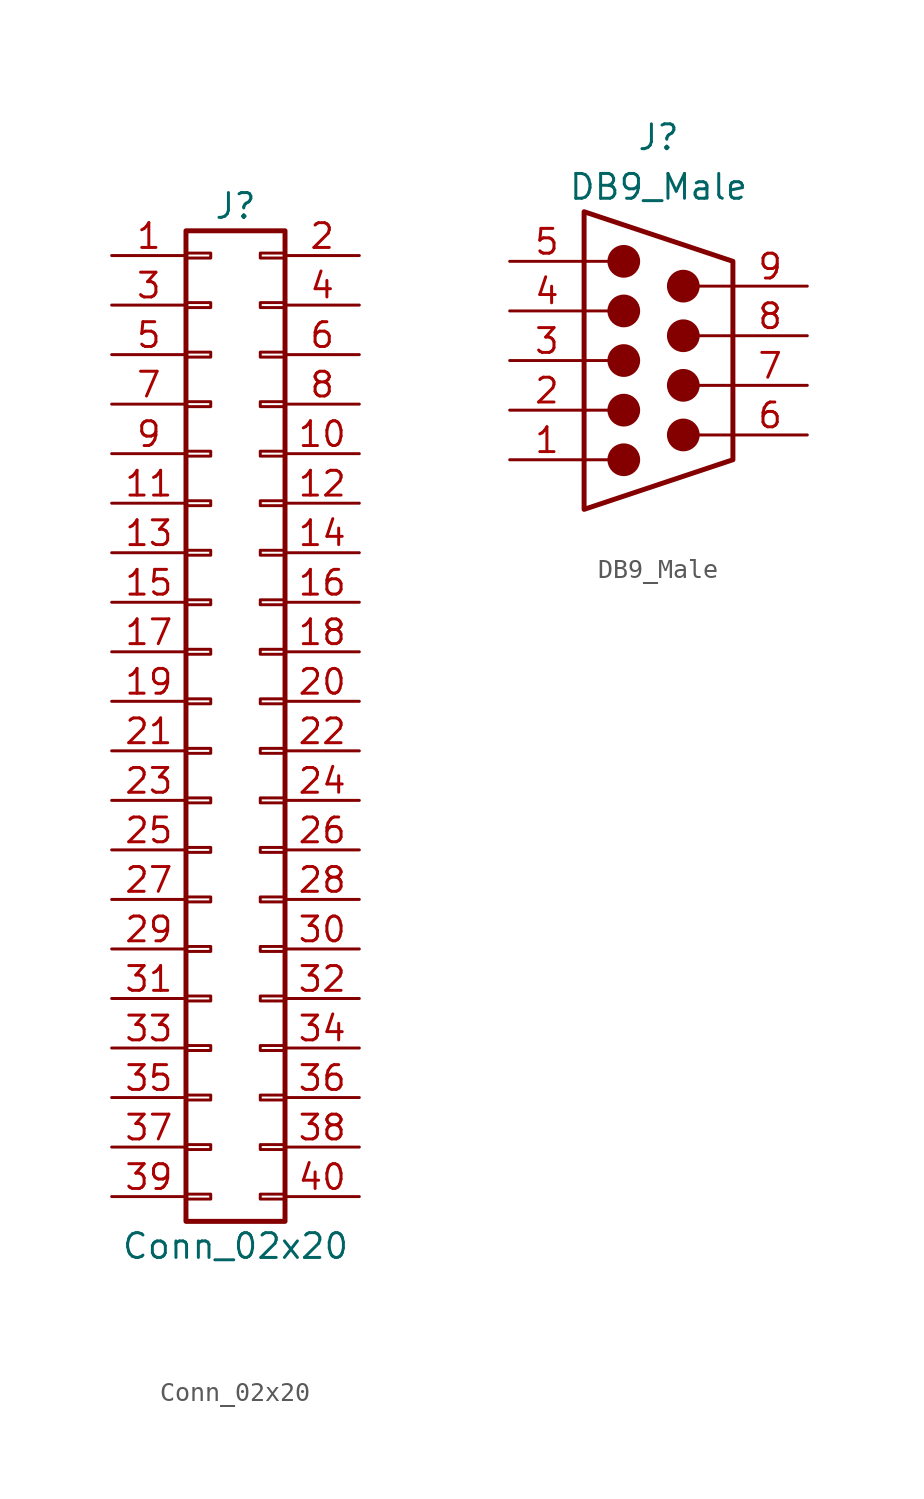
<source format=kicad_sym>
(kicad_symbol_lib
  (version 20220914)
  (generator kicad_symbol_editor)
  (symbol "Conn_02x20"
    (pin_names
      (offset 1.016) hide)
    (property "Reference" "J"
      (at 0 25.4 0)
      (effects (font (size 1.27 1.27))))
    (property "Value" "Conn_02x20"
      (at 0 -27.94 0)
      (effects (font (size 1.27 1.27))))
    (symbol "Conn_02x20_1_1"
      (rectangle (start -2.54 -25.273) (end -1.27 -25.527) (stroke (width 0.152) (type default)) (fill (type none)))
      (rectangle (start -2.54 -22.733) (end -1.27 -22.987) (stroke (width 0.152) (type default)) (fill (type none)))
      (rectangle (start -2.54 -20.193) (end -1.27 -20.447) (stroke (width 0.152) (type default)) (fill (type none)))
      (rectangle (start -2.54 -17.653) (end -1.27 -17.907) (stroke (width 0.152) (type default)) (fill (type none)))
      (rectangle (start -2.54 -15.113) (end -1.27 -15.367) (stroke (width 0.152) (type default)) (fill (type none)))
      (rectangle (start -2.54 -12.573) (end -1.27 -12.827) (stroke (width 0.152) (type default)) (fill (type none)))
      (rectangle (start -2.54 -10.033) (end -1.27 -10.287) (stroke (width 0.152) (type default)) (fill (type none)))
      (rectangle (start -2.54 -7.493) (end -1.27 -7.747) (stroke (width 0.152) (type default)) (fill (type none)))
      (rectangle (start -2.54 -4.953) (end -1.27 -5.207) (stroke (width 0.152) (type default)) (fill (type none)))
      (rectangle (start -2.54 -2.413) (end -1.27 -2.667) (stroke (width 0.152) (type default)) (fill (type none)))
      (rectangle (start -2.54 0.127) (end -1.27 -0.127) (stroke (width 0.152) (type default)) (fill (type none)))
      (rectangle (start -2.54 2.667) (end -1.27 2.413) (stroke (width 0.152) (type default)) (fill (type none)))
      (rectangle (start -2.54 5.207) (end -1.27 4.953) (stroke (width 0.152) (type default)) (fill (type none)))
      (rectangle (start -2.54 7.747) (end -1.27 7.493) (stroke (width 0.152) (type default)) (fill (type none)))
      (rectangle (start -2.54 10.287) (end -1.27 10.033) (stroke (width 0.152) (type default)) (fill (type none)))
      (rectangle (start -2.54 12.827) (end -1.27 12.573) (stroke (width 0.152) (type default)) (fill (type none)))
      (rectangle (start -2.54 15.367) (end -1.27 15.113) (stroke (width 0.152) (type default)) (fill (type none)))
      (rectangle (start -2.54 17.907) (end -1.27 17.653) (stroke (width 0.152) (type default)) (fill (type none)))
      (rectangle (start -2.54 20.447) (end -1.27 20.193) (stroke (width 0.152) (type default)) (fill (type none)))
      (rectangle (start -2.54 22.987) (end -1.27 22.733) (stroke (width 0.152) (type default)) (fill (type none)))
      (rectangle (start -2.54 24.13) (end 2.54 -26.67) (stroke (width 0.254) (type default)) (fill (type none)))
      (rectangle (start 2.54 -25.273) (end 1.27 -25.527) (stroke (width 0.152) (type default)) (fill (type none)))
      (rectangle (start 2.54 -22.733) (end 1.27 -22.987) (stroke (width 0.152) (type default)) (fill (type none)))
      (rectangle (start 2.54 -20.193) (end 1.27 -20.447) (stroke (width 0.152) (type default)) (fill (type none)))
      (rectangle (start 2.54 -17.653) (end 1.27 -17.907) (stroke (width 0.152) (type default)) (fill (type none)))
      (rectangle (start 2.54 -15.113) (end 1.27 -15.367) (stroke (width 0.152) (type default)) (fill (type none)))
      (rectangle (start 2.54 -12.573) (end 1.27 -12.827) (stroke (width 0.152) (type default)) (fill (type none)))
      (rectangle (start 2.54 -10.033) (end 1.27 -10.287) (stroke (width 0.152) (type default)) (fill (type none)))
      (rectangle (start 2.54 -7.493) (end 1.27 -7.747) (stroke (width 0.152) (type default)) (fill (type none)))
      (rectangle (start 2.54 -4.953) (end 1.27 -5.207) (stroke (width 0.152) (type default)) (fill (type none)))
      (rectangle (start 2.54 -2.413) (end 1.27 -2.667) (stroke (width 0.152) (type default)) (fill (type none)))
      (rectangle (start 2.54 0.127) (end 1.27 -0.127) (stroke (width 0.152) (type default)) (fill (type none)))
      (rectangle (start 2.54 2.667) (end 1.27 2.413) (stroke (width 0.152) (type default)) (fill (type none)))
      (rectangle (start 2.54 5.207) (end 1.27 4.953) (stroke (width 0.152) (type default)) (fill (type none)))
      (rectangle (start 2.54 7.747) (end 1.27 7.493) (stroke (width 0.152) (type default)) (fill (type none)))
      (rectangle (start 2.54 10.287) (end 1.27 10.033) (stroke (width 0.152) (type default)) (fill (type none)))
      (rectangle (start 2.54 12.827) (end 1.27 12.573) (stroke (width 0.152) (type default)) (fill (type none)))
      (rectangle (start 2.54 15.367) (end 1.27 15.113) (stroke (width 0.152) (type default)) (fill (type none)))
      (rectangle (start 2.54 17.907) (end 1.27 17.653) (stroke (width 0.152) (type default)) (fill (type none)))
      (rectangle (start 2.54 20.447) (end 1.27 20.193) (stroke (width 0.152) (type default)) (fill (type none)))
      (rectangle (start 2.54 22.987) (end 1.27 22.733) (stroke (width 0.152) (type default)) (fill (type none)))
      (pin passive line (at -6.35 22.86 0) (length 3.81) (name "Pin_1" (effects (font (size 1.27 1.27)))) (number "1" (effects (font (size 1.27 1.27)))))
      (pin passive line (at 6.35 12.7 180) (length 3.81) (name "Pin_10" (effects (font (size 1.27 1.27)))) (number "10" (effects (font (size 1.27 1.27)))))
      (pin passive line (at -6.35 10.16 0) (length 3.81) (name "Pin_11" (effects (font (size 1.27 1.27)))) (number "11" (effects (font (size 1.27 1.27)))))
      (pin passive line (at 6.35 10.16 180) (length 3.81) (name "Pin_12" (effects (font (size 1.27 1.27)))) (number "12" (effects (font (size 1.27 1.27)))))
      (pin passive line (at -6.35 7.62 0) (length 3.81) (name "Pin_13" (effects (font (size 1.27 1.27)))) (number "13" (effects (font (size 1.27 1.27)))))
      (pin passive line (at 6.35 7.62 180) (length 3.81) (name "Pin_14" (effects (font (size 1.27 1.27)))) (number "14" (effects (font (size 1.27 1.27)))))
      (pin passive line (at -6.35 5.08 0) (length 3.81) (name "Pin_15" (effects (font (size 1.27 1.27)))) (number "15" (effects (font (size 1.27 1.27)))))
      (pin passive line (at 6.35 5.08 180) (length 3.81) (name "Pin_16" (effects (font (size 1.27 1.27)))) (number "16" (effects (font (size 1.27 1.27)))))
      (pin passive line (at -6.35 2.54 0) (length 3.81) (name "Pin_17" (effects (font (size 1.27 1.27)))) (number "17" (effects (font (size 1.27 1.27)))))
      (pin passive line (at 6.35 2.54 180) (length 3.81) (name "Pin_18" (effects (font (size 1.27 1.27)))) (number "18" (effects (font (size 1.27 1.27)))))
      (pin passive line (at -6.35 0 0) (length 3.81) (name "Pin_19" (effects (font (size 1.27 1.27)))) (number "19" (effects (font (size 1.27 1.27)))))
      (pin passive line (at 6.35 22.86 180) (length 3.81) (name "Pin_2" (effects (font (size 1.27 1.27)))) (number "2" (effects (font (size 1.27 1.27)))))
      (pin passive line (at 6.35 0 180) (length 3.81) (name "Pin_20" (effects (font (size 1.27 1.27)))) (number "20" (effects (font (size 1.27 1.27)))))
      (pin passive line (at -6.35 -2.54 0) (length 3.81) (name "Pin_21" (effects (font (size 1.27 1.27)))) (number "21" (effects (font (size 1.27 1.27)))))
      (pin passive line (at 6.35 -2.54 180) (length 3.81) (name "Pin_22" (effects (font (size 1.27 1.27)))) (number "22" (effects (font (size 1.27 1.27)))))
      (pin passive line (at -6.35 -5.08 0) (length 3.81) (name "Pin_23" (effects (font (size 1.27 1.27)))) (number "23" (effects (font (size 1.27 1.27)))))
      (pin passive line (at 6.35 -5.08 180) (length 3.81) (name "Pin_24" (effects (font (size 1.27 1.27)))) (number "24" (effects (font (size 1.27 1.27)))))
      (pin passive line (at -6.35 -7.62 0) (length 3.81) (name "Pin_25" (effects (font (size 1.27 1.27)))) (number "25" (effects (font (size 1.27 1.27)))))
      (pin passive line (at 6.35 -7.62 180) (length 3.81) (name "Pin_26" (effects (font (size 1.27 1.27)))) (number "26" (effects (font (size 1.27 1.27)))))
      (pin passive line (at -6.35 -10.16 0) (length 3.81) (name "Pin_27" (effects (font (size 1.27 1.27)))) (number "27" (effects (font (size 1.27 1.27)))))
      (pin passive line (at 6.35 -10.16 180) (length 3.81) (name "Pin_28" (effects (font (size 1.27 1.27)))) (number "28" (effects (font (size 1.27 1.27)))))
      (pin passive line (at -6.35 -12.7 0) (length 3.81) (name "Pin_29" (effects (font (size 1.27 1.27)))) (number "29" (effects (font (size 1.27 1.27)))))
      (pin passive line (at -6.35 20.32 0) (length 3.81) (name "Pin_3" (effects (font (size 1.27 1.27)))) (number "3" (effects (font (size 1.27 1.27)))))
      (pin passive line (at 6.35 -12.7 180) (length 3.81) (name "Pin_30" (effects (font (size 1.27 1.27)))) (number "30" (effects (font (size 1.27 1.27)))))
      (pin passive line (at -6.35 -15.24 0) (length 3.81) (name "Pin_31" (effects (font (size 1.27 1.27)))) (number "31" (effects (font (size 1.27 1.27)))))
      (pin passive line (at 6.35 -15.24 180) (length 3.81) (name "Pin_32" (effects (font (size 1.27 1.27)))) (number "32" (effects (font (size 1.27 1.27)))))
      (pin passive line (at -6.35 -17.78 0) (length 3.81) (name "Pin_33" (effects (font (size 1.27 1.27)))) (number "33" (effects (font (size 1.27 1.27)))))
      (pin passive line (at 6.35 -17.78 180) (length 3.81) (name "Pin_34" (effects (font (size 1.27 1.27)))) (number "34" (effects (font (size 1.27 1.27)))))
      (pin passive line (at -6.35 -20.32 0) (length 3.81) (name "Pin_35" (effects (font (size 1.27 1.27)))) (number "35" (effects (font (size 1.27 1.27)))))
      (pin passive line (at 6.35 -20.32 180) (length 3.81) (name "Pin_36" (effects (font (size 1.27 1.27)))) (number "36" (effects (font (size 1.27 1.27)))))
      (pin passive line (at -6.35 -22.86 0) (length 3.81) (name "Pin_37" (effects (font (size 1.27 1.27)))) (number "37" (effects (font (size 1.27 1.27)))))
      (pin passive line (at 6.35 -22.86 180) (length 3.81) (name "Pin_38" (effects (font (size 1.27 1.27)))) (number "38" (effects (font (size 1.27 1.27)))))
      (pin passive line (at -6.35 -25.4 0) (length 3.81) (name "Pin_39" (effects (font (size 1.27 1.27)))) (number "39" (effects (font (size 1.27 1.27)))))
      (pin passive line (at 6.35 20.32 180) (length 3.81) (name "Pin_4" (effects (font (size 1.27 1.27)))) (number "4" (effects (font (size 1.27 1.27)))))
      (pin passive line (at 6.35 -25.4 180) (length 3.81) (name "Pin_40" (effects (font (size 1.27 1.27)))) (number "40" (effects (font (size 1.27 1.27)))))
      (pin passive line (at -6.35 17.78 0) (length 3.81) (name "Pin_5" (effects (font (size 1.27 1.27)))) (number "5" (effects (font (size 1.27 1.27)))))
      (pin passive line (at 6.35 17.78 180) (length 3.81) (name "Pin_6" (effects (font (size 1.27 1.27)))) (number "6" (effects (font (size 1.27 1.27)))))
      (pin passive line (at -6.35 15.24 0) (length 3.81) (name "Pin_7" (effects (font (size 1.27 1.27)))) (number "7" (effects (font (size 1.27 1.27)))))
      (pin passive line (at 6.35 15.24 180) (length 3.81) (name "Pin_8" (effects (font (size 1.27 1.27)))) (number "8" (effects (font (size 1.27 1.27)))))
      (pin passive line (at -6.35 12.7 0) (length 3.81) (name "Pin_9" (effects (font (size 1.27 1.27)))) (number "9" (effects (font (size 1.27 1.27)))))))
  (symbol "DB9_Male"
    (pin_names
      (offset 1.016) hide)
    (property "Reference" "J"
      (at 0 11.43 0)
      (effects (font (size 1.27 1.27))))
    (property "Value" "DB9_Male"
      (at 0 8.89 0)
      (effects (font (size 1.27 1.27))))
    (symbol "DB9_Male_0_1"
      (circle (center -1.778 -5.08) (radius 0.762) (stroke (width 0) (type default)) (fill (type outline)))
      (circle (center -1.778 -2.54) (radius 0.762) (stroke (width 0) (type default)) (fill (type outline)))
      (circle (center -1.778 0) (radius 0.762) (stroke (width 0) (type default)) (fill (type outline)))
      (circle (center -1.778 2.54) (radius 0.762) (stroke (width 0) (type default)) (fill (type outline)))
      (circle (center -1.778 5.08) (radius 0.762) (stroke (width 0) (type default)) (fill (type outline)))
      (polyline (pts (xy -3.81 -5.08) (xy -2.54 -5.08)) (stroke (width 0) (type default)) (fill (type none)))
      (polyline (pts (xy -3.81 -2.54) (xy -2.54 -2.54)) (stroke (width 0) (type default)) (fill (type none)))
      (polyline (pts (xy -3.81 0) (xy -2.54 0)) (stroke (width 0) (type default)) (fill (type none)))
      (polyline (pts (xy -3.81 2.54) (xy -2.54 2.54)) (stroke (width 0) (type default)) (fill (type none)))
      (polyline (pts (xy -3.81 5.08) (xy -2.54 5.08)) (stroke (width 0) (type default)) (fill (type none)))
      (polyline (pts (xy 1.27 -3.81) (xy 3.81 -3.81)) (stroke (width 0) (type default)) (fill (type none)))
      (polyline (pts (xy 1.27 -1.27) (xy 3.81 -1.27)) (stroke (width 0) (type default)) (fill (type none)))
      (polyline (pts (xy 1.27 1.27) (xy 3.81 1.27)) (stroke (width 0) (type default)) (fill (type none)))
      (polyline (pts (xy 1.27 3.81) (xy 3.81 3.81)) (stroke (width 0) (type default)) (fill (type none)))
      (circle (center 1.27 -3.81) (radius 0.762) (stroke (width 0) (type default)) (fill (type outline)))
      (circle (center 1.27 -1.27) (radius 0.762) (stroke (width 0) (type default)) (fill (type outline)))
      (circle (center 1.27 1.27) (radius 0.762) (stroke (width 0) (type default)) (fill (type outline)))
      (circle (center 1.27 3.81) (radius 0.762) (stroke (width 0) (type default)) (fill (type outline))))
    (symbol "DB9_Male_1_1"
      (polyline (pts (xy -3.81 7.62) (xy -3.81 -7.62) (xy 3.81 -5.08) (xy 3.81 5.08) (xy -3.81 7.62)) (stroke (width 0.254) (type default)) (fill (type none)))
      (pin passive line (at -7.62 -5.08 0) (length 3.81) (name "1" (effects (font (size 1.27 1.27)))) (number "1" (effects (font (size 1.27 1.27)))))
      (pin passive line (at -7.62 -2.54 0) (length 3.81) (name "2" (effects (font (size 1.27 1.27)))) (number "2" (effects (font (size 1.27 1.27)))))
      (pin passive line (at -7.62 0 0) (length 3.81) (name "3" (effects (font (size 1.27 1.27)))) (number "3" (effects (font (size 1.27 1.27)))))
      (pin passive line (at -7.62 2.54 0) (length 3.81) (name "4" (effects (font (size 1.27 1.27)))) (number "4" (effects (font (size 1.27 1.27)))))
      (pin passive line (at -7.62 5.08 0) (length 3.81) (name "5" (effects (font (size 1.27 1.27)))) (number "5" (effects (font (size 1.27 1.27)))))
      (pin passive line (at 7.62 -3.81 180) (length 3.81) (name "6" (effects (font (size 1.27 1.27)))) (number "6" (effects (font (size 1.27 1.27)))))
      (pin passive line (at 7.62 -1.27 180) (length 3.81) (name "7" (effects (font (size 1.27 1.27)))) (number "7" (effects (font (size 1.27 1.27)))))
      (pin passive line (at 7.62 1.27 180) (length 3.81) (name "8" (effects (font (size 1.27 1.27)))) (number "8" (effects (font (size 1.27 1.27)))))
      (pin passive line (at 7.62 3.81 180) (length 3.81) (name "9" (effects (font (size 1.27 1.27)))) (number "9" (effects (font (size 1.27 1.27))))))))
</source>
